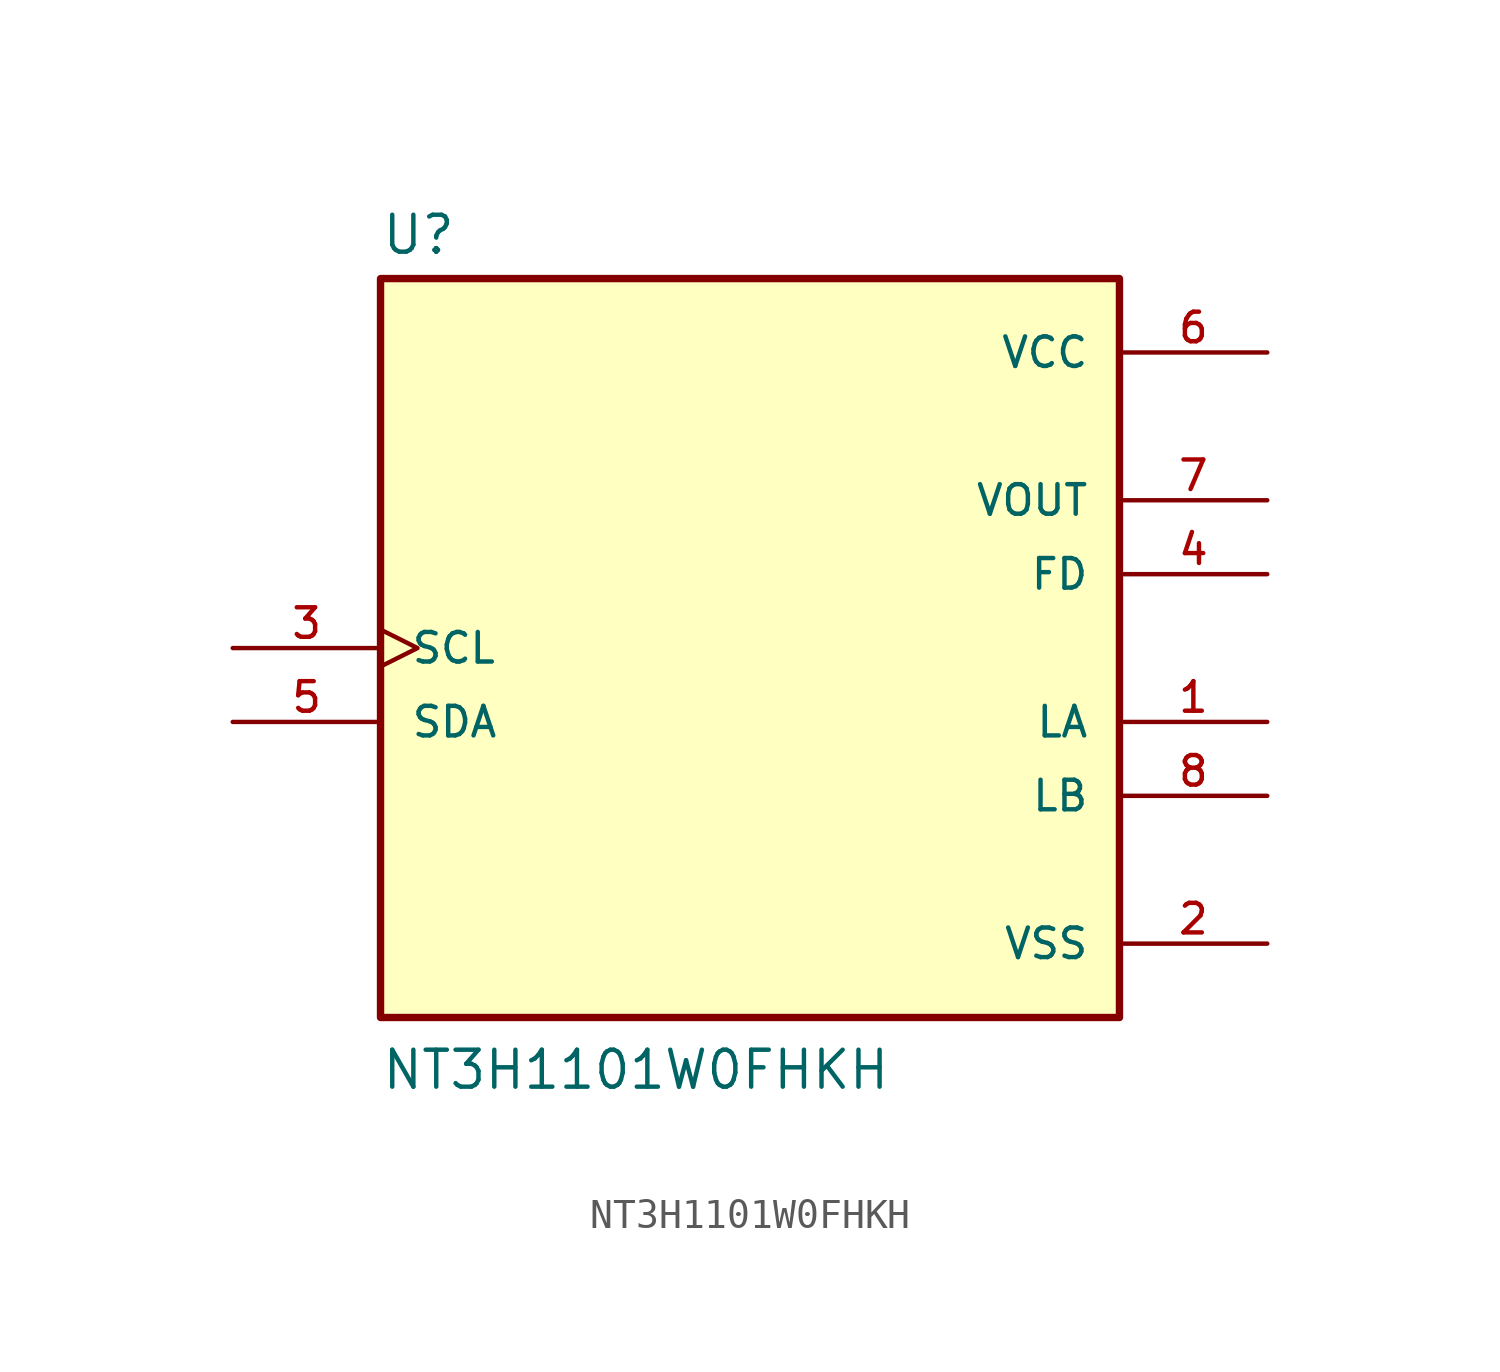
<source format=kicad_sym>
(kicad_symbol_lib
  (version 20211014)
  (generator kicad_symbol_editor)
  (symbol "NT3H1101W0FHKH"
    (pin_names
      (offset 1.016))
    (property "Reference" "U"
      (at -12.7 13.462 0)
      (effects (font (size 1.27 1.27)) (justify left bottom)))
    (property "Value" "NT3H1101W0FHKH"
      (at -12.7 -15.24 0)
      (effects (font (size 1.27 1.27)) (justify left bottom)))
    (symbol "NT3H1101W0FHKH_0_0"
      (rectangle (start -12.7 -12.7) (end 12.7 12.7) (stroke (width 0.254) (type default) (color 0 0 0 0)) (fill (type background)))
      (pin bidirectional line (at 17.78 -2.54 180) (length 5.08) (name "LA" (effects (font (size 1.016 1.016)))) (number "1" (effects (font (size 1.016 1.016)))))
      (pin power_in line (at 17.78 -10.16 180) (length 5.08) (name "VSS" (effects (font (size 1.016 1.016)))) (number "2" (effects (font (size 1.016 1.016)))))
      (pin input clock (at -17.78 0 0) (length 5.08) (name "SCL" (effects (font (size 1.016 1.016)))) (number "3" (effects (font (size 1.016 1.016)))))
      (pin output line (at 17.78 2.54 180) (length 5.08) (name "FD" (effects (font (size 1.016 1.016)))) (number "4" (effects (font (size 1.016 1.016)))))
      (pin bidirectional line (at -17.78 -2.54 0) (length 5.08) (name "SDA" (effects (font (size 1.016 1.016)))) (number "5" (effects (font (size 1.016 1.016)))))
      (pin power_in line (at 17.78 10.16 180) (length 5.08) (name "VCC" (effects (font (size 1.016 1.016)))) (number "6" (effects (font (size 1.016 1.016)))))
      (pin output line (at 17.78 5.08 180) (length 5.08) (name "VOUT" (effects (font (size 1.016 1.016)))) (number "7" (effects (font (size 1.016 1.016)))))
      (pin bidirectional line (at 17.78 -5.08 180) (length 5.08) (name "LB" (effects (font (size 1.016 1.016)))) (number "8" (effects (font (size 1.016 1.016))))))))
</source>
